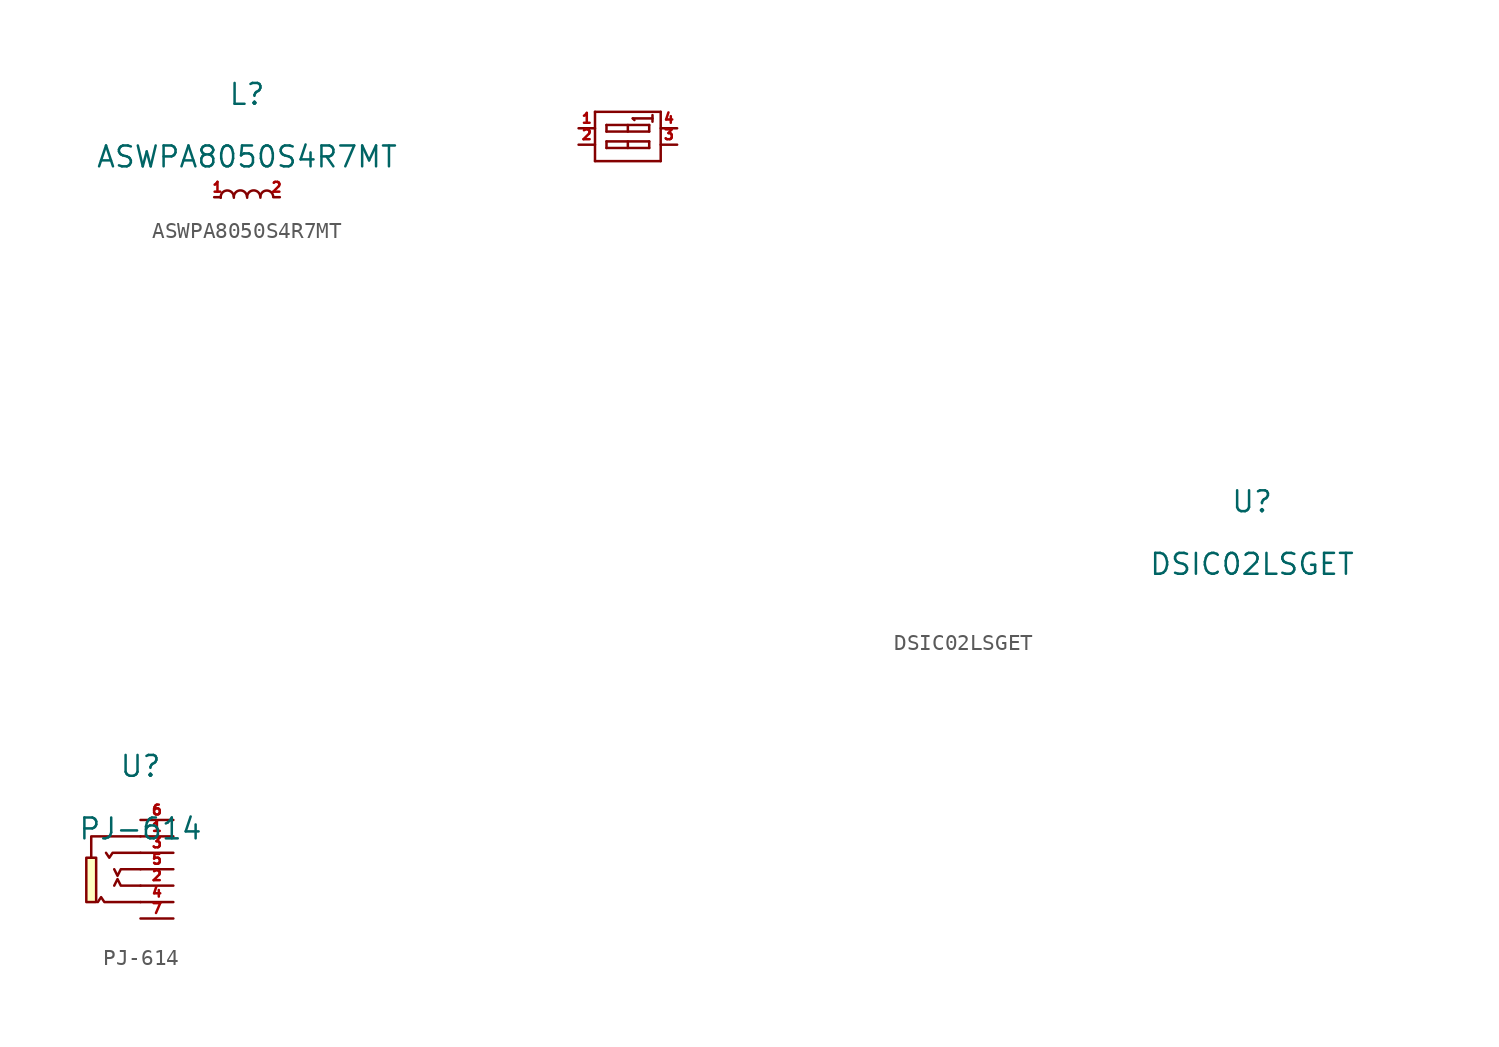
<source format=kicad_sym>
(kicad_symbol_lib
  (version 20210201)
  (generator TousstNicolas/JLC2KiCad_lib)
  (symbol "ASWPA8050S4R7MT"
    (pin_names hide)
    (property "Reference" "L"
      (at 0 1.27 0)
      (effects (font (size 1.27 1.27))))
    (property "Value" "ASWPA8050S4R7MT"
      (at 0 -2.54 0)
      (effects (font (size 1.27 1.27))))
    (symbol "ASWPA8050S4R7MT_0_0"
      (pin unspecified line (at 2.0 -5.0 180) (length 0.4) (name "2" (effects (font (size 0.6 0.6)))) (number "2" (effects (font (size 0.6 0.6)))))
      (pin unspecified line (at -2.0 -5.0 0) (length 0.4) (name "1" (effects (font (size 0.6 0.6)))) (number "1" (effects (font (size 0.6 0.6)))))
      (arc (start -0.8045344741418816 -4.945328058857594) (mid -1.1557780634365358 -5.388755557801275) (end -1.5992055559699736 -5.037511960414015) (stroke (width 0) (type default) (color 0 0 0 0)) (fill (type none)))
      (arc (start -0.006174873755028898 -4.940696709378631) (mid -0.3571267126048667 -5.384355148876235) (end -0.8007851475735137 -5.0334033043010855) (stroke (width 0) (type default) (color 0 0 0 0)) (fill (type none)))
      (arc (start 0.8038251262449734 -4.940696709378631) (mid 0.4528732883359794 -5.3843551487664705) (end 0.009214852646024951 -5.033403306182784) (stroke (width 0) (type default) (color 0 0 0 0)) (fill (type none)))
      (arc (start 1.5958981496444267 -4.943454470598876) (mid 1.2491255262966945 -5.375978172002711) (end 0.8166018300601721 -5.029205542209873) (stroke (width 0) (type default) (color 0 0 0 0)) (fill (type none)))))
  (symbol "DSIC02LSGET"
    (pin_names hide)
    (property "Reference" "U"
      (at 0 1.27 0)
      (effects (font (size 1.27 1.27))))
    (property "Value" "DSIC02LSGET"
      (at 0 -2.54 0)
      (effects (font (size 1.27 1.27))))
    (symbol "DSIC02LSGET_0_0"
      (pin input line (at -41.0 24.0 0) (length 1.0) (name "A1" (effects (font (size 0.6 0.6)))) (number "1" (effects (font (size 0.6 0.6)))))
      (pin input line (at -41.0 23.0 0) (length 1.0) (name "A2" (effects (font (size 0.6 0.6)))) (number "2" (effects (font (size 0.6 0.6)))))
      (pin input line (at -35.0 24.0 180) (length 1.0) (name "B1" (effects (font (size 0.6 0.6)))) (number "4" (effects (font (size 0.6 0.6)))))
      (pin input line (at -35.0 23.0 180) (length 1.0) (name "B2" (effects (font (size 0.6 0.6)))) (number "3" (effects (font (size 0.6 0.6)))))
      (polyline (pts (xy -39.3 24.2) (xy -36.7 24.2)) (stroke (width 0) (type default) (color 0 0 0 0)) (fill (type none)))
      (polyline (pts (xy -36.7 24.2) (xy -36.7 23.8)) (stroke (width 0) (type default) (color 0 0 0 0)) (fill (type none)))
      (polyline (pts (xy -36.7 23.8) (xy -39.3 23.8)) (stroke (width 0) (type default) (color 0 0 0 0)) (fill (type none)))
      (polyline (pts (xy -39.3 23.8) (xy -39.3 24.2)) (stroke (width 0) (type default) (color 0 0 0 0)) (fill (type none)))
      (polyline (pts (xy -38.0 24.2) (xy -38.0 23.8)) (stroke (width 0) (type default) (color 0 0 0 0)) (fill (type none)))
      (polyline (pts (xy -39.3 23.2) (xy -36.7 23.2)) (stroke (width 0) (type default) (color 0 0 0 0)) (fill (type none)))
      (polyline (pts (xy -36.7 23.2) (xy -36.7 22.8)) (stroke (width 0) (type default) (color 0 0 0 0)) (fill (type none)))
      (polyline (pts (xy -36.7 22.8) (xy -39.3 22.8)) (stroke (width 0) (type default) (color 0 0 0 0)) (fill (type none)))
      (polyline (pts (xy -39.3 22.8) (xy -39.3 23.2)) (stroke (width 0) (type default) (color 0 0 0 0)) (fill (type none)))
      (polyline (pts (xy -38.0 23.2) (xy -38.0 22.8)) (stroke (width 0) (type default) (color 0 0 0 0)) (fill (type none)))
      (polyline (pts (xy -40.0 25.0) (xy -36.0 25.0)) (stroke (width 0) (type default) (color 0 0 0 0)) (fill (type none)))
      (polyline (pts (xy -36.0 25.0) (xy -36.0 22.0)) (stroke (width 0) (type default) (color 0 0 0 0)) (fill (type none)))
      (polyline (pts (xy -36.0 22.0) (xy -40.0 22.0)) (stroke (width 0) (type default) (color 0 0 0 0)) (fill (type none)))
      (polyline (pts (xy -40.0 22.0) (xy -40.0 25.0)) (stroke (width 0) (type default) (color 0 0 0 0)) (fill (type none)))
      (polyline (pts (xy -37.6 24.5) (xy -37.7 24.6)) (stroke (width 0) (type default) (color 0 0 0 0)) (fill (type none)))
      (polyline (pts (xy -37.7 24.6) (xy -36.5 24.6)) (stroke (width 0) (type default) (color 0 0 0 0)) (fill (type none)))
      (polyline (pts (xy -36.5 24.8) (xy -36.5 24.4)) (stroke (width 0) (type default) (color 0 0 0 0)) (fill (type none)))))
  (symbol "PJ-614"
    (pin_names hide)
    (property "Reference" "U"
      (at 0 1.27 0)
      (effects (font (size 1.27 1.27))))
    (property "Value" "PJ-614"
      (at 0 -2.54 0)
      (effects (font (size 1.27 1.27))))
    (symbol "PJ-614_0_0"
      (polyline (pts (xy 0.0 -3.0) (xy -3.0 -3.0) (xy -3.0 -4.3)) (stroke (width 0) (type default) (color 0 0 0 0)) (fill (type none)))
      (rectangle (start -3.3 -4.3) (end -2.7 -7.0) (stroke (width 0) (type default) (color 0 0 0 0)) (fill (type background)))
      (polyline (pts (xy 0.0 -4.0) (xy -1.7 -4.0) (xy -1.9 -4.3) (xy -2.1 -4.0)) (stroke (width 0) (type default) (color 0 0 0 0)) (fill (type none)))
      (polyline (pts (xy 0.0 -5.0) (xy -1.2 -5.0) (xy -1.4 -5.4) (xy -1.6 -5.0)) (stroke (width 0) (type default) (color 0 0 0 0)) (fill (type none)))
      (polyline (pts (xy 0.0 -6.0) (xy -1.2 -6.0) (xy -1.4 -5.6) (xy -1.6 -6.0)) (stroke (width 0) (type default) (color 0 0 0 0)) (fill (type none)))
      (polyline (pts (xy 0.0 -7.0) (xy -2.2 -7.0) (xy -2.4 -6.7) (xy -2.6 -7.0)) (stroke (width 0) (type default) (color 0 0 0 0)) (fill (type none)))
      (pin unspecified line (at 2.0 -3.0 180) (length 2.0) (name "1" (effects (font (size 0.6 0.6)))) (number "1" (effects (font (size 0.6 0.6)))))
      (pin unspecified line (at 2.0 -6.0 180) (length 2.0) (name "2" (effects (font (size 0.6 0.6)))) (number "2" (effects (font (size 0.6 0.6)))))
      (pin unspecified line (at 2.0 -4.0 180) (length 2.0) (name "3" (effects (font (size 0.6 0.6)))) (number "3" (effects (font (size 0.6 0.6)))))
      (pin unspecified line (at 2.0 -7.0 180) (length 2.0) (name "4" (effects (font (size 0.6 0.6)))) (number "4" (effects (font (size 0.6 0.6)))))
      (pin unspecified line (at 2.0 -5.0 180) (length 2.0) (name "5" (effects (font (size 0.6 0.6)))) (number "5" (effects (font (size 0.6 0.6)))))
      (pin unspecified line (at 2.0 -2.0 180) (length 2.0) (name "6" (effects (font (size 0.6 0.6)))) (number "6" (effects (font (size 0.6 0.6)))))
      (pin unspecified line (at 2.0 -8.0 180) (length 2.0) (name "7" (effects (font (size 0.6 0.6)))) (number "7" (effects (font (size 0.6 0.6))))))))
</source>
